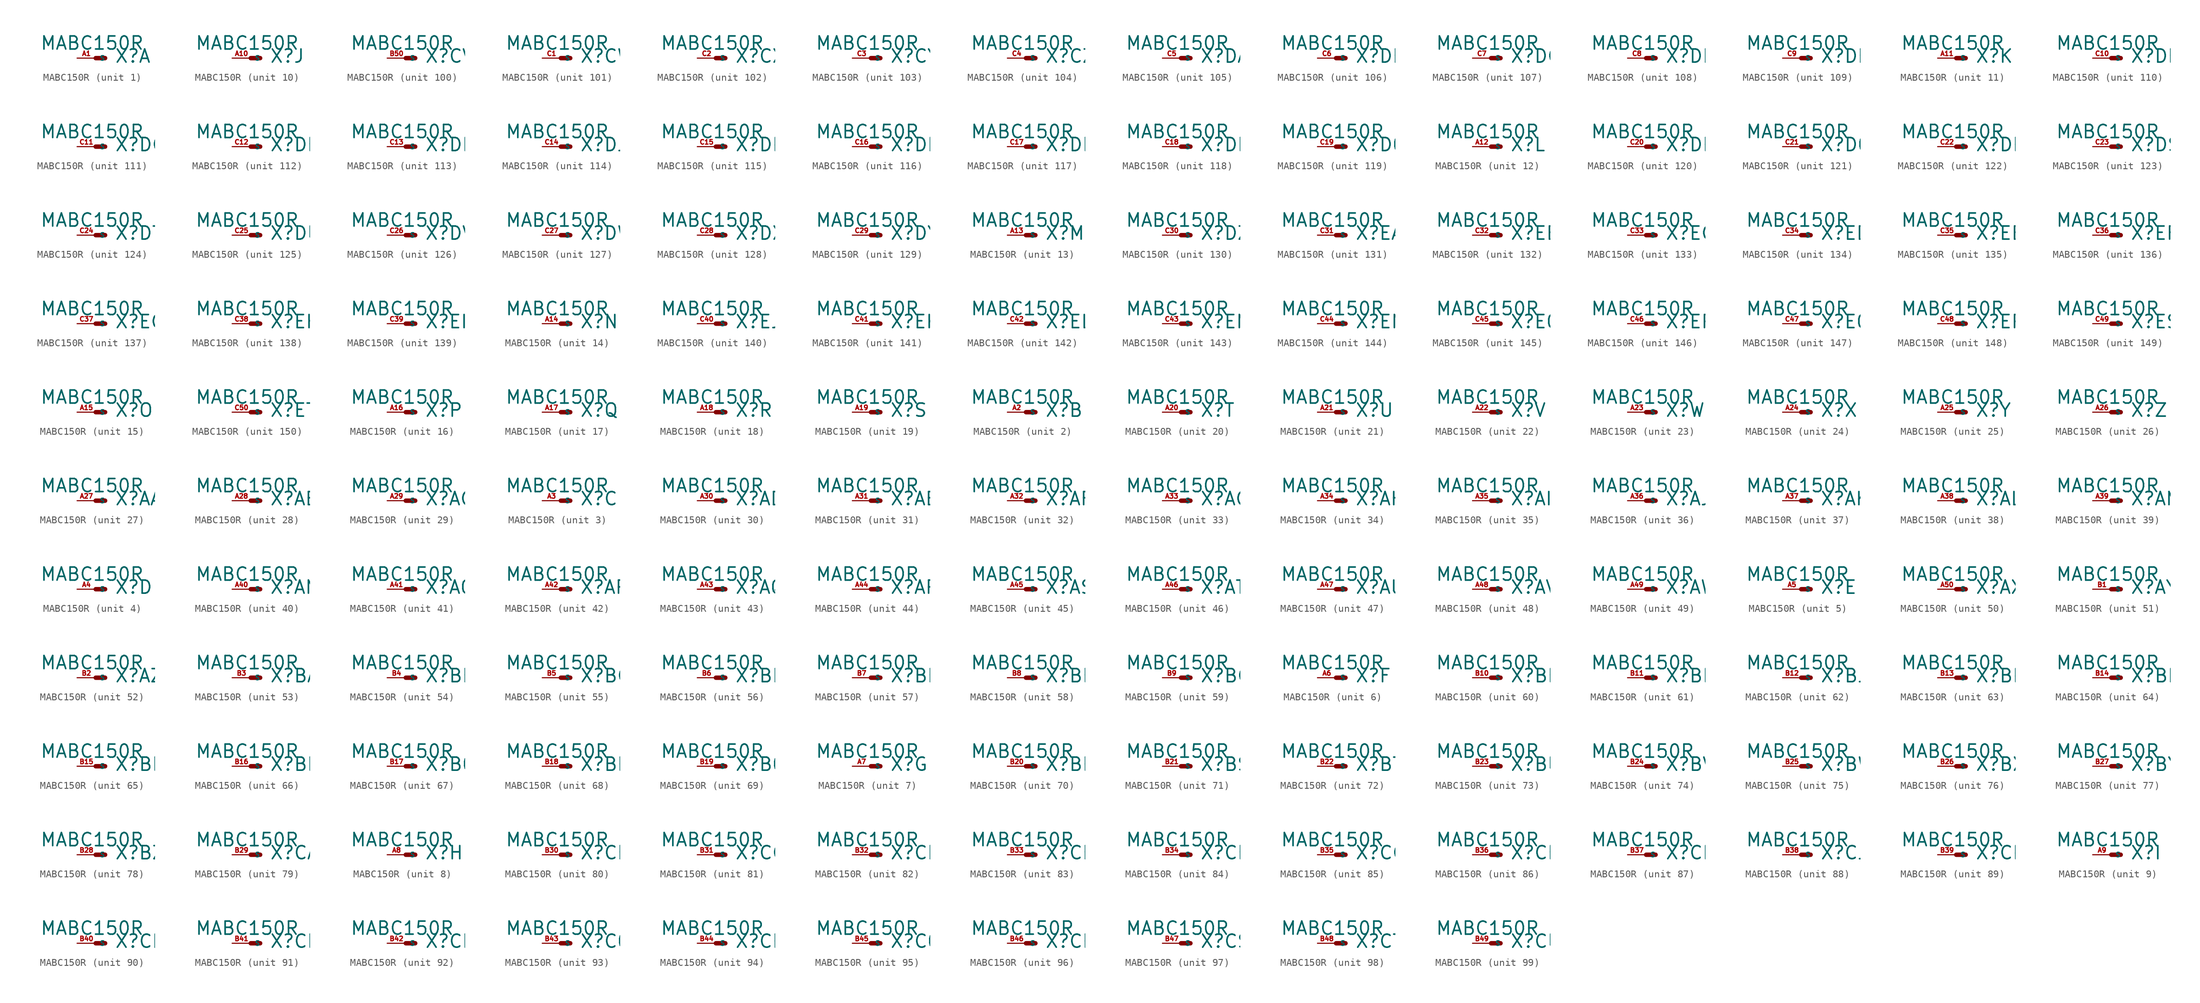
<source format=kicad_sym>
(kicad_symbol_lib
  (version 20220914)
  (generator Eagle2Kicad)
  (symbol "MABC150R"
    (property "Reference" "X"
      (at 2.54 -0.762 0)
      (effects (font (size 1.778 1.778) (thickness 0.22)) (justify left bottom)))
    (property "Value" "MABC150R"
      (at -7.62 1.016 0)
      (effects (font (size 1.778 1.778) (thickness 0.22)) (justify left bottom)))
    (symbol "MABC150R_1_0"
      (polyline (pts (xy 0 0) (xy 1.27 0)) (stroke (width 0.61) (type default)) (fill (type none)))
      (pin passive line (at -2.54 0 0) (length 2.54) (name "S" (effects (font (size 0.635 0.635) (thickness 0.08)) (justify left bottom))) (number "A1" (effects (font (size 0.635 0.635) (thickness 0.08)) (justify left bottom)))))
    (symbol "MABC150R_2_0"
      (polyline (pts (xy 0 0) (xy 1.27 0)) (stroke (width 0.61) (type default)) (fill (type none)))
      (pin passive line (at -2.54 0 0) (length 2.54) (name "S" (effects (font (size 0.635 0.635) (thickness 0.08)) (justify left bottom))) (number "A2" (effects (font (size 0.635 0.635) (thickness 0.08)) (justify left bottom)))))
    (symbol "MABC150R_3_0"
      (polyline (pts (xy 0 0) (xy 1.27 0)) (stroke (width 0.61) (type default)) (fill (type none)))
      (pin passive line (at -2.54 0 0) (length 2.54) (name "S" (effects (font (size 0.635 0.635) (thickness 0.08)) (justify left bottom))) (number "A3" (effects (font (size 0.635 0.635) (thickness 0.08)) (justify left bottom)))))
    (symbol "MABC150R_4_0"
      (polyline (pts (xy 0 0) (xy 1.27 0)) (stroke (width 0.61) (type default)) (fill (type none)))
      (pin passive line (at -2.54 0 0) (length 2.54) (name "S" (effects (font (size 0.635 0.635) (thickness 0.08)) (justify left bottom))) (number "A4" (effects (font (size 0.635 0.635) (thickness 0.08)) (justify left bottom)))))
    (symbol "MABC150R_5_0"
      (polyline (pts (xy 0 0) (xy 1.27 0)) (stroke (width 0.61) (type default)) (fill (type none)))
      (pin passive line (at -2.54 0 0) (length 2.54) (name "S" (effects (font (size 0.635 0.635) (thickness 0.08)) (justify left bottom))) (number "A5" (effects (font (size 0.635 0.635) (thickness 0.08)) (justify left bottom)))))
    (symbol "MABC150R_6_0"
      (polyline (pts (xy 0 0) (xy 1.27 0)) (stroke (width 0.61) (type default)) (fill (type none)))
      (pin passive line (at -2.54 0 0) (length 2.54) (name "S" (effects (font (size 0.635 0.635) (thickness 0.08)) (justify left bottom))) (number "A6" (effects (font (size 0.635 0.635) (thickness 0.08)) (justify left bottom)))))
    (symbol "MABC150R_7_0"
      (polyline (pts (xy 0 0) (xy 1.27 0)) (stroke (width 0.61) (type default)) (fill (type none)))
      (pin passive line (at -2.54 0 0) (length 2.54) (name "S" (effects (font (size 0.635 0.635) (thickness 0.08)) (justify left bottom))) (number "A7" (effects (font (size 0.635 0.635) (thickness 0.08)) (justify left bottom)))))
    (symbol "MABC150R_8_0"
      (polyline (pts (xy 0 0) (xy 1.27 0)) (stroke (width 0.61) (type default)) (fill (type none)))
      (pin passive line (at -2.54 0 0) (length 2.54) (name "S" (effects (font (size 0.635 0.635) (thickness 0.08)) (justify left bottom))) (number "A8" (effects (font (size 0.635 0.635) (thickness 0.08)) (justify left bottom)))))
    (symbol "MABC150R_9_0"
      (polyline (pts (xy 0 0) (xy 1.27 0)) (stroke (width 0.61) (type default)) (fill (type none)))
      (pin passive line (at -2.54 0 0) (length 2.54) (name "S" (effects (font (size 0.635 0.635) (thickness 0.08)) (justify left bottom))) (number "A9" (effects (font (size 0.635 0.635) (thickness 0.08)) (justify left bottom)))))
    (symbol "MABC150R_10_0"
      (polyline (pts (xy 0 0) (xy 1.27 0)) (stroke (width 0.61) (type default)) (fill (type none)))
      (pin passive line (at -2.54 0 0) (length 2.54) (name "S" (effects (font (size 0.635 0.635) (thickness 0.08)) (justify left bottom))) (number "A10" (effects (font (size 0.635 0.635) (thickness 0.08)) (justify left bottom)))))
    (symbol "MABC150R_11_0"
      (polyline (pts (xy 0 0) (xy 1.27 0)) (stroke (width 0.61) (type default)) (fill (type none)))
      (pin passive line (at -2.54 0 0) (length 2.54) (name "S" (effects (font (size 0.635 0.635) (thickness 0.08)) (justify left bottom))) (number "A11" (effects (font (size 0.635 0.635) (thickness 0.08)) (justify left bottom)))))
    (symbol "MABC150R_12_0"
      (polyline (pts (xy 0 0) (xy 1.27 0)) (stroke (width 0.61) (type default)) (fill (type none)))
      (pin passive line (at -2.54 0 0) (length 2.54) (name "S" (effects (font (size 0.635 0.635) (thickness 0.08)) (justify left bottom))) (number "A12" (effects (font (size 0.635 0.635) (thickness 0.08)) (justify left bottom)))))
    (symbol "MABC150R_13_0"
      (polyline (pts (xy 0 0) (xy 1.27 0)) (stroke (width 0.61) (type default)) (fill (type none)))
      (pin passive line (at -2.54 0 0) (length 2.54) (name "S" (effects (font (size 0.635 0.635) (thickness 0.08)) (justify left bottom))) (number "A13" (effects (font (size 0.635 0.635) (thickness 0.08)) (justify left bottom)))))
    (symbol "MABC150R_14_0"
      (polyline (pts (xy 0 0) (xy 1.27 0)) (stroke (width 0.61) (type default)) (fill (type none)))
      (pin passive line (at -2.54 0 0) (length 2.54) (name "S" (effects (font (size 0.635 0.635) (thickness 0.08)) (justify left bottom))) (number "A14" (effects (font (size 0.635 0.635) (thickness 0.08)) (justify left bottom)))))
    (symbol "MABC150R_15_0"
      (polyline (pts (xy 0 0) (xy 1.27 0)) (stroke (width 0.61) (type default)) (fill (type none)))
      (pin passive line (at -2.54 0 0) (length 2.54) (name "S" (effects (font (size 0.635 0.635) (thickness 0.08)) (justify left bottom))) (number "A15" (effects (font (size 0.635 0.635) (thickness 0.08)) (justify left bottom)))))
    (symbol "MABC150R_16_0"
      (polyline (pts (xy 0 0) (xy 1.27 0)) (stroke (width 0.61) (type default)) (fill (type none)))
      (pin passive line (at -2.54 0 0) (length 2.54) (name "S" (effects (font (size 0.635 0.635) (thickness 0.08)) (justify left bottom))) (number "A16" (effects (font (size 0.635 0.635) (thickness 0.08)) (justify left bottom)))))
    (symbol "MABC150R_17_0"
      (polyline (pts (xy 0 0) (xy 1.27 0)) (stroke (width 0.61) (type default)) (fill (type none)))
      (pin passive line (at -2.54 0 0) (length 2.54) (name "S" (effects (font (size 0.635 0.635) (thickness 0.08)) (justify left bottom))) (number "A17" (effects (font (size 0.635 0.635) (thickness 0.08)) (justify left bottom)))))
    (symbol "MABC150R_18_0"
      (polyline (pts (xy 0 0) (xy 1.27 0)) (stroke (width 0.61) (type default)) (fill (type none)))
      (pin passive line (at -2.54 0 0) (length 2.54) (name "S" (effects (font (size 0.635 0.635) (thickness 0.08)) (justify left bottom))) (number "A18" (effects (font (size 0.635 0.635) (thickness 0.08)) (justify left bottom)))))
    (symbol "MABC150R_19_0"
      (polyline (pts (xy 0 0) (xy 1.27 0)) (stroke (width 0.61) (type default)) (fill (type none)))
      (pin passive line (at -2.54 0 0) (length 2.54) (name "S" (effects (font (size 0.635 0.635) (thickness 0.08)) (justify left bottom))) (number "A19" (effects (font (size 0.635 0.635) (thickness 0.08)) (justify left bottom)))))
    (symbol "MABC150R_20_0"
      (polyline (pts (xy 0 0) (xy 1.27 0)) (stroke (width 0.61) (type default)) (fill (type none)))
      (pin passive line (at -2.54 0 0) (length 2.54) (name "S" (effects (font (size 0.635 0.635) (thickness 0.08)) (justify left bottom))) (number "A20" (effects (font (size 0.635 0.635) (thickness 0.08)) (justify left bottom)))))
    (symbol "MABC150R_21_0"
      (polyline (pts (xy 0 0) (xy 1.27 0)) (stroke (width 0.61) (type default)) (fill (type none)))
      (pin passive line (at -2.54 0 0) (length 2.54) (name "S" (effects (font (size 0.635 0.635) (thickness 0.08)) (justify left bottom))) (number "A21" (effects (font (size 0.635 0.635) (thickness 0.08)) (justify left bottom)))))
    (symbol "MABC150R_22_0"
      (polyline (pts (xy 0 0) (xy 1.27 0)) (stroke (width 0.61) (type default)) (fill (type none)))
      (pin passive line (at -2.54 0 0) (length 2.54) (name "S" (effects (font (size 0.635 0.635) (thickness 0.08)) (justify left bottom))) (number "A22" (effects (font (size 0.635 0.635) (thickness 0.08)) (justify left bottom)))))
    (symbol "MABC150R_23_0"
      (polyline (pts (xy 0 0) (xy 1.27 0)) (stroke (width 0.61) (type default)) (fill (type none)))
      (pin passive line (at -2.54 0 0) (length 2.54) (name "S" (effects (font (size 0.635 0.635) (thickness 0.08)) (justify left bottom))) (number "A23" (effects (font (size 0.635 0.635) (thickness 0.08)) (justify left bottom)))))
    (symbol "MABC150R_24_0"
      (polyline (pts (xy 0 0) (xy 1.27 0)) (stroke (width 0.61) (type default)) (fill (type none)))
      (pin passive line (at -2.54 0 0) (length 2.54) (name "S" (effects (font (size 0.635 0.635) (thickness 0.08)) (justify left bottom))) (number "A24" (effects (font (size 0.635 0.635) (thickness 0.08)) (justify left bottom)))))
    (symbol "MABC150R_25_0"
      (polyline (pts (xy 0 0) (xy 1.27 0)) (stroke (width 0.61) (type default)) (fill (type none)))
      (pin passive line (at -2.54 0 0) (length 2.54) (name "S" (effects (font (size 0.635 0.635) (thickness 0.08)) (justify left bottom))) (number "A25" (effects (font (size 0.635 0.635) (thickness 0.08)) (justify left bottom)))))
    (symbol "MABC150R_26_0"
      (polyline (pts (xy 0 0) (xy 1.27 0)) (stroke (width 0.61) (type default)) (fill (type none)))
      (pin passive line (at -2.54 0 0) (length 2.54) (name "S" (effects (font (size 0.635 0.635) (thickness 0.08)) (justify left bottom))) (number "A26" (effects (font (size 0.635 0.635) (thickness 0.08)) (justify left bottom)))))
    (symbol "MABC150R_27_0"
      (polyline (pts (xy 0 0) (xy 1.27 0)) (stroke (width 0.61) (type default)) (fill (type none)))
      (pin passive line (at -2.54 0 0) (length 2.54) (name "S" (effects (font (size 0.635 0.635) (thickness 0.08)) (justify left bottom))) (number "A27" (effects (font (size 0.635 0.635) (thickness 0.08)) (justify left bottom)))))
    (symbol "MABC150R_28_0"
      (polyline (pts (xy 0 0) (xy 1.27 0)) (stroke (width 0.61) (type default)) (fill (type none)))
      (pin passive line (at -2.54 0 0) (length 2.54) (name "S" (effects (font (size 0.635 0.635) (thickness 0.08)) (justify left bottom))) (number "A28" (effects (font (size 0.635 0.635) (thickness 0.08)) (justify left bottom)))))
    (symbol "MABC150R_29_0"
      (polyline (pts (xy 0 0) (xy 1.27 0)) (stroke (width 0.61) (type default)) (fill (type none)))
      (pin passive line (at -2.54 0 0) (length 2.54) (name "S" (effects (font (size 0.635 0.635) (thickness 0.08)) (justify left bottom))) (number "A29" (effects (font (size 0.635 0.635) (thickness 0.08)) (justify left bottom)))))
    (symbol "MABC150R_30_0"
      (polyline (pts (xy 0 0) (xy 1.27 0)) (stroke (width 0.61) (type default)) (fill (type none)))
      (pin passive line (at -2.54 0 0) (length 2.54) (name "S" (effects (font (size 0.635 0.635) (thickness 0.08)) (justify left bottom))) (number "A30" (effects (font (size 0.635 0.635) (thickness 0.08)) (justify left bottom)))))
    (symbol "MABC150R_31_0"
      (polyline (pts (xy 0 0) (xy 1.27 0)) (stroke (width 0.61) (type default)) (fill (type none)))
      (pin passive line (at -2.54 0 0) (length 2.54) (name "S" (effects (font (size 0.635 0.635) (thickness 0.08)) (justify left bottom))) (number "A31" (effects (font (size 0.635 0.635) (thickness 0.08)) (justify left bottom)))))
    (symbol "MABC150R_32_0"
      (polyline (pts (xy 0 0) (xy 1.27 0)) (stroke (width 0.61) (type default)) (fill (type none)))
      (pin passive line (at -2.54 0 0) (length 2.54) (name "S" (effects (font (size 0.635 0.635) (thickness 0.08)) (justify left bottom))) (number "A32" (effects (font (size 0.635 0.635) (thickness 0.08)) (justify left bottom)))))
    (symbol "MABC150R_33_0"
      (polyline (pts (xy 0 0) (xy 1.27 0)) (stroke (width 0.61) (type default)) (fill (type none)))
      (pin passive line (at -2.54 0 0) (length 2.54) (name "S" (effects (font (size 0.635 0.635) (thickness 0.08)) (justify left bottom))) (number "A33" (effects (font (size 0.635 0.635) (thickness 0.08)) (justify left bottom)))))
    (symbol "MABC150R_34_0"
      (polyline (pts (xy 0 0) (xy 1.27 0)) (stroke (width 0.61) (type default)) (fill (type none)))
      (pin passive line (at -2.54 0 0) (length 2.54) (name "S" (effects (font (size 0.635 0.635) (thickness 0.08)) (justify left bottom))) (number "A34" (effects (font (size 0.635 0.635) (thickness 0.08)) (justify left bottom)))))
    (symbol "MABC150R_35_0"
      (polyline (pts (xy 0 0) (xy 1.27 0)) (stroke (width 0.61) (type default)) (fill (type none)))
      (pin passive line (at -2.54 0 0) (length 2.54) (name "S" (effects (font (size 0.635 0.635) (thickness 0.08)) (justify left bottom))) (number "A35" (effects (font (size 0.635 0.635) (thickness 0.08)) (justify left bottom)))))
    (symbol "MABC150R_36_0"
      (polyline (pts (xy 0 0) (xy 1.27 0)) (stroke (width 0.61) (type default)) (fill (type none)))
      (pin passive line (at -2.54 0 0) (length 2.54) (name "S" (effects (font (size 0.635 0.635) (thickness 0.08)) (justify left bottom))) (number "A36" (effects (font (size 0.635 0.635) (thickness 0.08)) (justify left bottom)))))
    (symbol "MABC150R_37_0"
      (polyline (pts (xy 0 0) (xy 1.27 0)) (stroke (width 0.61) (type default)) (fill (type none)))
      (pin passive line (at -2.54 0 0) (length 2.54) (name "S" (effects (font (size 0.635 0.635) (thickness 0.08)) (justify left bottom))) (number "A37" (effects (font (size 0.635 0.635) (thickness 0.08)) (justify left bottom)))))
    (symbol "MABC150R_38_0"
      (polyline (pts (xy 0 0) (xy 1.27 0)) (stroke (width 0.61) (type default)) (fill (type none)))
      (pin passive line (at -2.54 0 0) (length 2.54) (name "S" (effects (font (size 0.635 0.635) (thickness 0.08)) (justify left bottom))) (number "A38" (effects (font (size 0.635 0.635) (thickness 0.08)) (justify left bottom)))))
    (symbol "MABC150R_39_0"
      (polyline (pts (xy 0 0) (xy 1.27 0)) (stroke (width 0.61) (type default)) (fill (type none)))
      (pin passive line (at -2.54 0 0) (length 2.54) (name "S" (effects (font (size 0.635 0.635) (thickness 0.08)) (justify left bottom))) (number "A39" (effects (font (size 0.635 0.635) (thickness 0.08)) (justify left bottom)))))
    (symbol "MABC150R_40_0"
      (polyline (pts (xy 0 0) (xy 1.27 0)) (stroke (width 0.61) (type default)) (fill (type none)))
      (pin passive line (at -2.54 0 0) (length 2.54) (name "S" (effects (font (size 0.635 0.635) (thickness 0.08)) (justify left bottom))) (number "A40" (effects (font (size 0.635 0.635) (thickness 0.08)) (justify left bottom)))))
    (symbol "MABC150R_41_0"
      (polyline (pts (xy 0 0) (xy 1.27 0)) (stroke (width 0.61) (type default)) (fill (type none)))
      (pin passive line (at -2.54 0 0) (length 2.54) (name "S" (effects (font (size 0.635 0.635) (thickness 0.08)) (justify left bottom))) (number "A41" (effects (font (size 0.635 0.635) (thickness 0.08)) (justify left bottom)))))
    (symbol "MABC150R_42_0"
      (polyline (pts (xy 0 0) (xy 1.27 0)) (stroke (width 0.61) (type default)) (fill (type none)))
      (pin passive line (at -2.54 0 0) (length 2.54) (name "S" (effects (font (size 0.635 0.635) (thickness 0.08)) (justify left bottom))) (number "A42" (effects (font (size 0.635 0.635) (thickness 0.08)) (justify left bottom)))))
    (symbol "MABC150R_43_0"
      (polyline (pts (xy 0 0) (xy 1.27 0)) (stroke (width 0.61) (type default)) (fill (type none)))
      (pin passive line (at -2.54 0 0) (length 2.54) (name "S" (effects (font (size 0.635 0.635) (thickness 0.08)) (justify left bottom))) (number "A43" (effects (font (size 0.635 0.635) (thickness 0.08)) (justify left bottom)))))
    (symbol "MABC150R_44_0"
      (polyline (pts (xy 0 0) (xy 1.27 0)) (stroke (width 0.61) (type default)) (fill (type none)))
      (pin passive line (at -2.54 0 0) (length 2.54) (name "S" (effects (font (size 0.635 0.635) (thickness 0.08)) (justify left bottom))) (number "A44" (effects (font (size 0.635 0.635) (thickness 0.08)) (justify left bottom)))))
    (symbol "MABC150R_45_0"
      (polyline (pts (xy 0 0) (xy 1.27 0)) (stroke (width 0.61) (type default)) (fill (type none)))
      (pin passive line (at -2.54 0 0) (length 2.54) (name "S" (effects (font (size 0.635 0.635) (thickness 0.08)) (justify left bottom))) (number "A45" (effects (font (size 0.635 0.635) (thickness 0.08)) (justify left bottom)))))
    (symbol "MABC150R_46_0"
      (polyline (pts (xy 0 0) (xy 1.27 0)) (stroke (width 0.61) (type default)) (fill (type none)))
      (pin passive line (at -2.54 0 0) (length 2.54) (name "S" (effects (font (size 0.635 0.635) (thickness 0.08)) (justify left bottom))) (number "A46" (effects (font (size 0.635 0.635) (thickness 0.08)) (justify left bottom)))))
    (symbol "MABC150R_47_0"
      (polyline (pts (xy 0 0) (xy 1.27 0)) (stroke (width 0.61) (type default)) (fill (type none)))
      (pin passive line (at -2.54 0 0) (length 2.54) (name "S" (effects (font (size 0.635 0.635) (thickness 0.08)) (justify left bottom))) (number "A47" (effects (font (size 0.635 0.635) (thickness 0.08)) (justify left bottom)))))
    (symbol "MABC150R_48_0"
      (polyline (pts (xy 0 0) (xy 1.27 0)) (stroke (width 0.61) (type default)) (fill (type none)))
      (pin passive line (at -2.54 0 0) (length 2.54) (name "S" (effects (font (size 0.635 0.635) (thickness 0.08)) (justify left bottom))) (number "A48" (effects (font (size 0.635 0.635) (thickness 0.08)) (justify left bottom)))))
    (symbol "MABC150R_49_0"
      (polyline (pts (xy 0 0) (xy 1.27 0)) (stroke (width 0.61) (type default)) (fill (type none)))
      (pin passive line (at -2.54 0 0) (length 2.54) (name "S" (effects (font (size 0.635 0.635) (thickness 0.08)) (justify left bottom))) (number "A49" (effects (font (size 0.635 0.635) (thickness 0.08)) (justify left bottom)))))
    (symbol "MABC150R_50_0"
      (polyline (pts (xy 0 0) (xy 1.27 0)) (stroke (width 0.61) (type default)) (fill (type none)))
      (pin passive line (at -2.54 0 0) (length 2.54) (name "S" (effects (font (size 0.635 0.635) (thickness 0.08)) (justify left bottom))) (number "A50" (effects (font (size 0.635 0.635) (thickness 0.08)) (justify left bottom)))))
    (symbol "MABC150R_51_0"
      (polyline (pts (xy 0 0) (xy 1.27 0)) (stroke (width 0.61) (type default)) (fill (type none)))
      (pin passive line (at -2.54 0 0) (length 2.54) (name "S" (effects (font (size 0.635 0.635) (thickness 0.08)) (justify left bottom))) (number "B1" (effects (font (size 0.635 0.635) (thickness 0.08)) (justify left bottom)))))
    (symbol "MABC150R_52_0"
      (polyline (pts (xy 0 0) (xy 1.27 0)) (stroke (width 0.61) (type default)) (fill (type none)))
      (pin passive line (at -2.54 0 0) (length 2.54) (name "S" (effects (font (size 0.635 0.635) (thickness 0.08)) (justify left bottom))) (number "B2" (effects (font (size 0.635 0.635) (thickness 0.08)) (justify left bottom)))))
    (symbol "MABC150R_53_0"
      (polyline (pts (xy 0 0) (xy 1.27 0)) (stroke (width 0.61) (type default)) (fill (type none)))
      (pin passive line (at -2.54 0 0) (length 2.54) (name "S" (effects (font (size 0.635 0.635) (thickness 0.08)) (justify left bottom))) (number "B3" (effects (font (size 0.635 0.635) (thickness 0.08)) (justify left bottom)))))
    (symbol "MABC150R_54_0"
      (polyline (pts (xy 0 0) (xy 1.27 0)) (stroke (width 0.61) (type default)) (fill (type none)))
      (pin passive line (at -2.54 0 0) (length 2.54) (name "S" (effects (font (size 0.635 0.635) (thickness 0.08)) (justify left bottom))) (number "B4" (effects (font (size 0.635 0.635) (thickness 0.08)) (justify left bottom)))))
    (symbol "MABC150R_55_0"
      (polyline (pts (xy 0 0) (xy 1.27 0)) (stroke (width 0.61) (type default)) (fill (type none)))
      (pin passive line (at -2.54 0 0) (length 2.54) (name "S" (effects (font (size 0.635 0.635) (thickness 0.08)) (justify left bottom))) (number "B5" (effects (font (size 0.635 0.635) (thickness 0.08)) (justify left bottom)))))
    (symbol "MABC150R_56_0"
      (polyline (pts (xy 0 0) (xy 1.27 0)) (stroke (width 0.61) (type default)) (fill (type none)))
      (pin passive line (at -2.54 0 0) (length 2.54) (name "S" (effects (font (size 0.635 0.635) (thickness 0.08)) (justify left bottom))) (number "B6" (effects (font (size 0.635 0.635) (thickness 0.08)) (justify left bottom)))))
    (symbol "MABC150R_57_0"
      (polyline (pts (xy 0 0) (xy 1.27 0)) (stroke (width 0.61) (type default)) (fill (type none)))
      (pin passive line (at -2.54 0 0) (length 2.54) (name "S" (effects (font (size 0.635 0.635) (thickness 0.08)) (justify left bottom))) (number "B7" (effects (font (size 0.635 0.635) (thickness 0.08)) (justify left bottom)))))
    (symbol "MABC150R_58_0"
      (polyline (pts (xy 0 0) (xy 1.27 0)) (stroke (width 0.61) (type default)) (fill (type none)))
      (pin passive line (at -2.54 0 0) (length 2.54) (name "S" (effects (font (size 0.635 0.635) (thickness 0.08)) (justify left bottom))) (number "B8" (effects (font (size 0.635 0.635) (thickness 0.08)) (justify left bottom)))))
    (symbol "MABC150R_59_0"
      (polyline (pts (xy 0 0) (xy 1.27 0)) (stroke (width 0.61) (type default)) (fill (type none)))
      (pin passive line (at -2.54 0 0) (length 2.54) (name "S" (effects (font (size 0.635 0.635) (thickness 0.08)) (justify left bottom))) (number "B9" (effects (font (size 0.635 0.635) (thickness 0.08)) (justify left bottom)))))
    (symbol "MABC150R_60_0"
      (polyline (pts (xy 0 0) (xy 1.27 0)) (stroke (width 0.61) (type default)) (fill (type none)))
      (pin passive line (at -2.54 0 0) (length 2.54) (name "S" (effects (font (size 0.635 0.635) (thickness 0.08)) (justify left bottom))) (number "B10" (effects (font (size 0.635 0.635) (thickness 0.08)) (justify left bottom)))))
    (symbol "MABC150R_61_0"
      (polyline (pts (xy 0 0) (xy 1.27 0)) (stroke (width 0.61) (type default)) (fill (type none)))
      (pin passive line (at -2.54 0 0) (length 2.54) (name "S" (effects (font (size 0.635 0.635) (thickness 0.08)) (justify left bottom))) (number "B11" (effects (font (size 0.635 0.635) (thickness 0.08)) (justify left bottom)))))
    (symbol "MABC150R_62_0"
      (polyline (pts (xy 0 0) (xy 1.27 0)) (stroke (width 0.61) (type default)) (fill (type none)))
      (pin passive line (at -2.54 0 0) (length 2.54) (name "S" (effects (font (size 0.635 0.635) (thickness 0.08)) (justify left bottom))) (number "B12" (effects (font (size 0.635 0.635) (thickness 0.08)) (justify left bottom)))))
    (symbol "MABC150R_63_0"
      (polyline (pts (xy 0 0) (xy 1.27 0)) (stroke (width 0.61) (type default)) (fill (type none)))
      (pin passive line (at -2.54 0 0) (length 2.54) (name "S" (effects (font (size 0.635 0.635) (thickness 0.08)) (justify left bottom))) (number "B13" (effects (font (size 0.635 0.635) (thickness 0.08)) (justify left bottom)))))
    (symbol "MABC150R_64_0"
      (polyline (pts (xy 0 0) (xy 1.27 0)) (stroke (width 0.61) (type default)) (fill (type none)))
      (pin passive line (at -2.54 0 0) (length 2.54) (name "S" (effects (font (size 0.635 0.635) (thickness 0.08)) (justify left bottom))) (number "B14" (effects (font (size 0.635 0.635) (thickness 0.08)) (justify left bottom)))))
    (symbol "MABC150R_65_0"
      (polyline (pts (xy 0 0) (xy 1.27 0)) (stroke (width 0.61) (type default)) (fill (type none)))
      (pin passive line (at -2.54 0 0) (length 2.54) (name "S" (effects (font (size 0.635 0.635) (thickness 0.08)) (justify left bottom))) (number "B15" (effects (font (size 0.635 0.635) (thickness 0.08)) (justify left bottom)))))
    (symbol "MABC150R_66_0"
      (polyline (pts (xy 0 0) (xy 1.27 0)) (stroke (width 0.61) (type default)) (fill (type none)))
      (pin passive line (at -2.54 0 0) (length 2.54) (name "S" (effects (font (size 0.635 0.635) (thickness 0.08)) (justify left bottom))) (number "B16" (effects (font (size 0.635 0.635) (thickness 0.08)) (justify left bottom)))))
    (symbol "MABC150R_67_0"
      (polyline (pts (xy 0 0) (xy 1.27 0)) (stroke (width 0.61) (type default)) (fill (type none)))
      (pin passive line (at -2.54 0 0) (length 2.54) (name "S" (effects (font (size 0.635 0.635) (thickness 0.08)) (justify left bottom))) (number "B17" (effects (font (size 0.635 0.635) (thickness 0.08)) (justify left bottom)))))
    (symbol "MABC150R_68_0"
      (polyline (pts (xy 0 0) (xy 1.27 0)) (stroke (width 0.61) (type default)) (fill (type none)))
      (pin passive line (at -2.54 0 0) (length 2.54) (name "S" (effects (font (size 0.635 0.635) (thickness 0.08)) (justify left bottom))) (number "B18" (effects (font (size 0.635 0.635) (thickness 0.08)) (justify left bottom)))))
    (symbol "MABC150R_69_0"
      (polyline (pts (xy 0 0) (xy 1.27 0)) (stroke (width 0.61) (type default)) (fill (type none)))
      (pin passive line (at -2.54 0 0) (length 2.54) (name "S" (effects (font (size 0.635 0.635) (thickness 0.08)) (justify left bottom))) (number "B19" (effects (font (size 0.635 0.635) (thickness 0.08)) (justify left bottom)))))
    (symbol "MABC150R_70_0"
      (polyline (pts (xy 0 0) (xy 1.27 0)) (stroke (width 0.61) (type default)) (fill (type none)))
      (pin passive line (at -2.54 0 0) (length 2.54) (name "S" (effects (font (size 0.635 0.635) (thickness 0.08)) (justify left bottom))) (number "B20" (effects (font (size 0.635 0.635) (thickness 0.08)) (justify left bottom)))))
    (symbol "MABC150R_71_0"
      (polyline (pts (xy 0 0) (xy 1.27 0)) (stroke (width 0.61) (type default)) (fill (type none)))
      (pin passive line (at -2.54 0 0) (length 2.54) (name "S" (effects (font (size 0.635 0.635) (thickness 0.08)) (justify left bottom))) (number "B21" (effects (font (size 0.635 0.635) (thickness 0.08)) (justify left bottom)))))
    (symbol "MABC150R_72_0"
      (polyline (pts (xy 0 0) (xy 1.27 0)) (stroke (width 0.61) (type default)) (fill (type none)))
      (pin passive line (at -2.54 0 0) (length 2.54) (name "S" (effects (font (size 0.635 0.635) (thickness 0.08)) (justify left bottom))) (number "B22" (effects (font (size 0.635 0.635) (thickness 0.08)) (justify left bottom)))))
    (symbol "MABC150R_73_0"
      (polyline (pts (xy 0 0) (xy 1.27 0)) (stroke (width 0.61) (type default)) (fill (type none)))
      (pin passive line (at -2.54 0 0) (length 2.54) (name "S" (effects (font (size 0.635 0.635) (thickness 0.08)) (justify left bottom))) (number "B23" (effects (font (size 0.635 0.635) (thickness 0.08)) (justify left bottom)))))
    (symbol "MABC150R_74_0"
      (polyline (pts (xy 0 0) (xy 1.27 0)) (stroke (width 0.61) (type default)) (fill (type none)))
      (pin passive line (at -2.54 0 0) (length 2.54) (name "S" (effects (font (size 0.635 0.635) (thickness 0.08)) (justify left bottom))) (number "B24" (effects (font (size 0.635 0.635) (thickness 0.08)) (justify left bottom)))))
    (symbol "MABC150R_75_0"
      (polyline (pts (xy 0 0) (xy 1.27 0)) (stroke (width 0.61) (type default)) (fill (type none)))
      (pin passive line (at -2.54 0 0) (length 2.54) (name "S" (effects (font (size 0.635 0.635) (thickness 0.08)) (justify left bottom))) (number "B25" (effects (font (size 0.635 0.635) (thickness 0.08)) (justify left bottom)))))
    (symbol "MABC150R_76_0"
      (polyline (pts (xy 0 0) (xy 1.27 0)) (stroke (width 0.61) (type default)) (fill (type none)))
      (pin passive line (at -2.54 0 0) (length 2.54) (name "S" (effects (font (size 0.635 0.635) (thickness 0.08)) (justify left bottom))) (number "B26" (effects (font (size 0.635 0.635) (thickness 0.08)) (justify left bottom)))))
    (symbol "MABC150R_77_0"
      (polyline (pts (xy 0 0) (xy 1.27 0)) (stroke (width 0.61) (type default)) (fill (type none)))
      (pin passive line (at -2.54 0 0) (length 2.54) (name "S" (effects (font (size 0.635 0.635) (thickness 0.08)) (justify left bottom))) (number "B27" (effects (font (size 0.635 0.635) (thickness 0.08)) (justify left bottom)))))
    (symbol "MABC150R_78_0"
      (polyline (pts (xy 0 0) (xy 1.27 0)) (stroke (width 0.61) (type default)) (fill (type none)))
      (pin passive line (at -2.54 0 0) (length 2.54) (name "S" (effects (font (size 0.635 0.635) (thickness 0.08)) (justify left bottom))) (number "B28" (effects (font (size 0.635 0.635) (thickness 0.08)) (justify left bottom)))))
    (symbol "MABC150R_79_0"
      (polyline (pts (xy 0 0) (xy 1.27 0)) (stroke (width 0.61) (type default)) (fill (type none)))
      (pin passive line (at -2.54 0 0) (length 2.54) (name "S" (effects (font (size 0.635 0.635) (thickness 0.08)) (justify left bottom))) (number "B29" (effects (font (size 0.635 0.635) (thickness 0.08)) (justify left bottom)))))
    (symbol "MABC150R_80_0"
      (polyline (pts (xy 0 0) (xy 1.27 0)) (stroke (width 0.61) (type default)) (fill (type none)))
      (pin passive line (at -2.54 0 0) (length 2.54) (name "S" (effects (font (size 0.635 0.635) (thickness 0.08)) (justify left bottom))) (number "B30" (effects (font (size 0.635 0.635) (thickness 0.08)) (justify left bottom)))))
    (symbol "MABC150R_81_0"
      (polyline (pts (xy 0 0) (xy 1.27 0)) (stroke (width 0.61) (type default)) (fill (type none)))
      (pin passive line (at -2.54 0 0) (length 2.54) (name "S" (effects (font (size 0.635 0.635) (thickness 0.08)) (justify left bottom))) (number "B31" (effects (font (size 0.635 0.635) (thickness 0.08)) (justify left bottom)))))
    (symbol "MABC150R_82_0"
      (polyline (pts (xy 0 0) (xy 1.27 0)) (stroke (width 0.61) (type default)) (fill (type none)))
      (pin passive line (at -2.54 0 0) (length 2.54) (name "S" (effects (font (size 0.635 0.635) (thickness 0.08)) (justify left bottom))) (number "B32" (effects (font (size 0.635 0.635) (thickness 0.08)) (justify left bottom)))))
    (symbol "MABC150R_83_0"
      (polyline (pts (xy 0 0) (xy 1.27 0)) (stroke (width 0.61) (type default)) (fill (type none)))
      (pin passive line (at -2.54 0 0) (length 2.54) (name "S" (effects (font (size 0.635 0.635) (thickness 0.08)) (justify left bottom))) (number "B33" (effects (font (size 0.635 0.635) (thickness 0.08)) (justify left bottom)))))
    (symbol "MABC150R_84_0"
      (polyline (pts (xy 0 0) (xy 1.27 0)) (stroke (width 0.61) (type default)) (fill (type none)))
      (pin passive line (at -2.54 0 0) (length 2.54) (name "S" (effects (font (size 0.635 0.635) (thickness 0.08)) (justify left bottom))) (number "B34" (effects (font (size 0.635 0.635) (thickness 0.08)) (justify left bottom)))))
    (symbol "MABC150R_85_0"
      (polyline (pts (xy 0 0) (xy 1.27 0)) (stroke (width 0.61) (type default)) (fill (type none)))
      (pin passive line (at -2.54 0 0) (length 2.54) (name "S" (effects (font (size 0.635 0.635) (thickness 0.08)) (justify left bottom))) (number "B35" (effects (font (size 0.635 0.635) (thickness 0.08)) (justify left bottom)))))
    (symbol "MABC150R_86_0"
      (polyline (pts (xy 0 0) (xy 1.27 0)) (stroke (width 0.61) (type default)) (fill (type none)))
      (pin passive line (at -2.54 0 0) (length 2.54) (name "S" (effects (font (size 0.635 0.635) (thickness 0.08)) (justify left bottom))) (number "B36" (effects (font (size 0.635 0.635) (thickness 0.08)) (justify left bottom)))))
    (symbol "MABC150R_87_0"
      (polyline (pts (xy 0 0) (xy 1.27 0)) (stroke (width 0.61) (type default)) (fill (type none)))
      (pin passive line (at -2.54 0 0) (length 2.54) (name "S" (effects (font (size 0.635 0.635) (thickness 0.08)) (justify left bottom))) (number "B37" (effects (font (size 0.635 0.635) (thickness 0.08)) (justify left bottom)))))
    (symbol "MABC150R_88_0"
      (polyline (pts (xy 0 0) (xy 1.27 0)) (stroke (width 0.61) (type default)) (fill (type none)))
      (pin passive line (at -2.54 0 0) (length 2.54) (name "S" (effects (font (size 0.635 0.635) (thickness 0.08)) (justify left bottom))) (number "B38" (effects (font (size 0.635 0.635) (thickness 0.08)) (justify left bottom)))))
    (symbol "MABC150R_89_0"
      (polyline (pts (xy 0 0) (xy 1.27 0)) (stroke (width 0.61) (type default)) (fill (type none)))
      (pin passive line (at -2.54 0 0) (length 2.54) (name "S" (effects (font (size 0.635 0.635) (thickness 0.08)) (justify left bottom))) (number "B39" (effects (font (size 0.635 0.635) (thickness 0.08)) (justify left bottom)))))
    (symbol "MABC150R_90_0"
      (polyline (pts (xy 0 0) (xy 1.27 0)) (stroke (width 0.61) (type default)) (fill (type none)))
      (pin passive line (at -2.54 0 0) (length 2.54) (name "S" (effects (font (size 0.635 0.635) (thickness 0.08)) (justify left bottom))) (number "B40" (effects (font (size 0.635 0.635) (thickness 0.08)) (justify left bottom)))))
    (symbol "MABC150R_91_0"
      (polyline (pts (xy 0 0) (xy 1.27 0)) (stroke (width 0.61) (type default)) (fill (type none)))
      (pin passive line (at -2.54 0 0) (length 2.54) (name "S" (effects (font (size 0.635 0.635) (thickness 0.08)) (justify left bottom))) (number "B41" (effects (font (size 0.635 0.635) (thickness 0.08)) (justify left bottom)))))
    (symbol "MABC150R_92_0"
      (polyline (pts (xy 0 0) (xy 1.27 0)) (stroke (width 0.61) (type default)) (fill (type none)))
      (pin passive line (at -2.54 0 0) (length 2.54) (name "S" (effects (font (size 0.635 0.635) (thickness 0.08)) (justify left bottom))) (number "B42" (effects (font (size 0.635 0.635) (thickness 0.08)) (justify left bottom)))))
    (symbol "MABC150R_93_0"
      (polyline (pts (xy 0 0) (xy 1.27 0)) (stroke (width 0.61) (type default)) (fill (type none)))
      (pin passive line (at -2.54 0 0) (length 2.54) (name "S" (effects (font (size 0.635 0.635) (thickness 0.08)) (justify left bottom))) (number "B43" (effects (font (size 0.635 0.635) (thickness 0.08)) (justify left bottom)))))
    (symbol "MABC150R_94_0"
      (polyline (pts (xy 0 0) (xy 1.27 0)) (stroke (width 0.61) (type default)) (fill (type none)))
      (pin passive line (at -2.54 0 0) (length 2.54) (name "S" (effects (font (size 0.635 0.635) (thickness 0.08)) (justify left bottom))) (number "B44" (effects (font (size 0.635 0.635) (thickness 0.08)) (justify left bottom)))))
    (symbol "MABC150R_95_0"
      (polyline (pts (xy 0 0) (xy 1.27 0)) (stroke (width 0.61) (type default)) (fill (type none)))
      (pin passive line (at -2.54 0 0) (length 2.54) (name "S" (effects (font (size 0.635 0.635) (thickness 0.08)) (justify left bottom))) (number "B45" (effects (font (size 0.635 0.635) (thickness 0.08)) (justify left bottom)))))
    (symbol "MABC150R_96_0"
      (polyline (pts (xy 0 0) (xy 1.27 0)) (stroke (width 0.61) (type default)) (fill (type none)))
      (pin passive line (at -2.54 0 0) (length 2.54) (name "S" (effects (font (size 0.635 0.635) (thickness 0.08)) (justify left bottom))) (number "B46" (effects (font (size 0.635 0.635) (thickness 0.08)) (justify left bottom)))))
    (symbol "MABC150R_97_0"
      (polyline (pts (xy 0 0) (xy 1.27 0)) (stroke (width 0.61) (type default)) (fill (type none)))
      (pin passive line (at -2.54 0 0) (length 2.54) (name "S" (effects (font (size 0.635 0.635) (thickness 0.08)) (justify left bottom))) (number "B47" (effects (font (size 0.635 0.635) (thickness 0.08)) (justify left bottom)))))
    (symbol "MABC150R_98_0"
      (polyline (pts (xy 0 0) (xy 1.27 0)) (stroke (width 0.61) (type default)) (fill (type none)))
      (pin passive line (at -2.54 0 0) (length 2.54) (name "S" (effects (font (size 0.635 0.635) (thickness 0.08)) (justify left bottom))) (number "B48" (effects (font (size 0.635 0.635) (thickness 0.08)) (justify left bottom)))))
    (symbol "MABC150R_99_0"
      (polyline (pts (xy 0 0) (xy 1.27 0)) (stroke (width 0.61) (type default)) (fill (type none)))
      (pin passive line (at -2.54 0 0) (length 2.54) (name "S" (effects (font (size 0.635 0.635) (thickness 0.08)) (justify left bottom))) (number "B49" (effects (font (size 0.635 0.635) (thickness 0.08)) (justify left bottom)))))
    (symbol "MABC150R_100_0"
      (polyline (pts (xy 0 0) (xy 1.27 0)) (stroke (width 0.61) (type default)) (fill (type none)))
      (pin passive line (at -2.54 0 0) (length 2.54) (name "S" (effects (font (size 0.635 0.635) (thickness 0.08)) (justify left bottom))) (number "B50" (effects (font (size 0.635 0.635) (thickness 0.08)) (justify left bottom)))))
    (symbol "MABC150R_101_0"
      (polyline (pts (xy 0 0) (xy 1.27 0)) (stroke (width 0.61) (type default)) (fill (type none)))
      (pin passive line (at -2.54 0 0) (length 2.54) (name "S" (effects (font (size 0.635 0.635) (thickness 0.08)) (justify left bottom))) (number "C1" (effects (font (size 0.635 0.635) (thickness 0.08)) (justify left bottom)))))
    (symbol "MABC150R_102_0"
      (polyline (pts (xy 0 0) (xy 1.27 0)) (stroke (width 0.61) (type default)) (fill (type none)))
      (pin passive line (at -2.54 0 0) (length 2.54) (name "S" (effects (font (size 0.635 0.635) (thickness 0.08)) (justify left bottom))) (number "C2" (effects (font (size 0.635 0.635) (thickness 0.08)) (justify left bottom)))))
    (symbol "MABC150R_103_0"
      (polyline (pts (xy 0 0) (xy 1.27 0)) (stroke (width 0.61) (type default)) (fill (type none)))
      (pin passive line (at -2.54 0 0) (length 2.54) (name "S" (effects (font (size 0.635 0.635) (thickness 0.08)) (justify left bottom))) (number "C3" (effects (font (size 0.635 0.635) (thickness 0.08)) (justify left bottom)))))
    (symbol "MABC150R_104_0"
      (polyline (pts (xy 0 0) (xy 1.27 0)) (stroke (width 0.61) (type default)) (fill (type none)))
      (pin passive line (at -2.54 0 0) (length 2.54) (name "S" (effects (font (size 0.635 0.635) (thickness 0.08)) (justify left bottom))) (number "C4" (effects (font (size 0.635 0.635) (thickness 0.08)) (justify left bottom)))))
    (symbol "MABC150R_105_0"
      (polyline (pts (xy 0 0) (xy 1.27 0)) (stroke (width 0.61) (type default)) (fill (type none)))
      (pin passive line (at -2.54 0 0) (length 2.54) (name "S" (effects (font (size 0.635 0.635) (thickness 0.08)) (justify left bottom))) (number "C5" (effects (font (size 0.635 0.635) (thickness 0.08)) (justify left bottom)))))
    (symbol "MABC150R_106_0"
      (polyline (pts (xy 0 0) (xy 1.27 0)) (stroke (width 0.61) (type default)) (fill (type none)))
      (pin passive line (at -2.54 0 0) (length 2.54) (name "S" (effects (font (size 0.635 0.635) (thickness 0.08)) (justify left bottom))) (number "C6" (effects (font (size 0.635 0.635) (thickness 0.08)) (justify left bottom)))))
    (symbol "MABC150R_107_0"
      (polyline (pts (xy 0 0) (xy 1.27 0)) (stroke (width 0.61) (type default)) (fill (type none)))
      (pin passive line (at -2.54 0 0) (length 2.54) (name "S" (effects (font (size 0.635 0.635) (thickness 0.08)) (justify left bottom))) (number "C7" (effects (font (size 0.635 0.635) (thickness 0.08)) (justify left bottom)))))
    (symbol "MABC150R_108_0"
      (polyline (pts (xy 0 0) (xy 1.27 0)) (stroke (width 0.61) (type default)) (fill (type none)))
      (pin passive line (at -2.54 0 0) (length 2.54) (name "S" (effects (font (size 0.635 0.635) (thickness 0.08)) (justify left bottom))) (number "C8" (effects (font (size 0.635 0.635) (thickness 0.08)) (justify left bottom)))))
    (symbol "MABC150R_109_0"
      (polyline (pts (xy 0 0) (xy 1.27 0)) (stroke (width 0.61) (type default)) (fill (type none)))
      (pin passive line (at -2.54 0 0) (length 2.54) (name "S" (effects (font (size 0.635 0.635) (thickness 0.08)) (justify left bottom))) (number "C9" (effects (font (size 0.635 0.635) (thickness 0.08)) (justify left bottom)))))
    (symbol "MABC150R_110_0"
      (polyline (pts (xy 0 0) (xy 1.27 0)) (stroke (width 0.61) (type default)) (fill (type none)))
      (pin passive line (at -2.54 0 0) (length 2.54) (name "S" (effects (font (size 0.635 0.635) (thickness 0.08)) (justify left bottom))) (number "C10" (effects (font (size 0.635 0.635) (thickness 0.08)) (justify left bottom)))))
    (symbol "MABC150R_111_0"
      (polyline (pts (xy 0 0) (xy 1.27 0)) (stroke (width 0.61) (type default)) (fill (type none)))
      (pin passive line (at -2.54 0 0) (length 2.54) (name "S" (effects (font (size 0.635 0.635) (thickness 0.08)) (justify left bottom))) (number "C11" (effects (font (size 0.635 0.635) (thickness 0.08)) (justify left bottom)))))
    (symbol "MABC150R_112_0"
      (polyline (pts (xy 0 0) (xy 1.27 0)) (stroke (width 0.61) (type default)) (fill (type none)))
      (pin passive line (at -2.54 0 0) (length 2.54) (name "S" (effects (font (size 0.635 0.635) (thickness 0.08)) (justify left bottom))) (number "C12" (effects (font (size 0.635 0.635) (thickness 0.08)) (justify left bottom)))))
    (symbol "MABC150R_113_0"
      (polyline (pts (xy 0 0) (xy 1.27 0)) (stroke (width 0.61) (type default)) (fill (type none)))
      (pin passive line (at -2.54 0 0) (length 2.54) (name "S" (effects (font (size 0.635 0.635) (thickness 0.08)) (justify left bottom))) (number "C13" (effects (font (size 0.635 0.635) (thickness 0.08)) (justify left bottom)))))
    (symbol "MABC150R_114_0"
      (polyline (pts (xy 0 0) (xy 1.27 0)) (stroke (width 0.61) (type default)) (fill (type none)))
      (pin passive line (at -2.54 0 0) (length 2.54) (name "S" (effects (font (size 0.635 0.635) (thickness 0.08)) (justify left bottom))) (number "C14" (effects (font (size 0.635 0.635) (thickness 0.08)) (justify left bottom)))))
    (symbol "MABC150R_115_0"
      (polyline (pts (xy 0 0) (xy 1.27 0)) (stroke (width 0.61) (type default)) (fill (type none)))
      (pin passive line (at -2.54 0 0) (length 2.54) (name "S" (effects (font (size 0.635 0.635) (thickness 0.08)) (justify left bottom))) (number "C15" (effects (font (size 0.635 0.635) (thickness 0.08)) (justify left bottom)))))
    (symbol "MABC150R_116_0"
      (polyline (pts (xy 0 0) (xy 1.27 0)) (stroke (width 0.61) (type default)) (fill (type none)))
      (pin passive line (at -2.54 0 0) (length 2.54) (name "S" (effects (font (size 0.635 0.635) (thickness 0.08)) (justify left bottom))) (number "C16" (effects (font (size 0.635 0.635) (thickness 0.08)) (justify left bottom)))))
    (symbol "MABC150R_117_0"
      (polyline (pts (xy 0 0) (xy 1.27 0)) (stroke (width 0.61) (type default)) (fill (type none)))
      (pin passive line (at -2.54 0 0) (length 2.54) (name "S" (effects (font (size 0.635 0.635) (thickness 0.08)) (justify left bottom))) (number "C17" (effects (font (size 0.635 0.635) (thickness 0.08)) (justify left bottom)))))
    (symbol "MABC150R_118_0"
      (polyline (pts (xy 0 0) (xy 1.27 0)) (stroke (width 0.61) (type default)) (fill (type none)))
      (pin passive line (at -2.54 0 0) (length 2.54) (name "S" (effects (font (size 0.635 0.635) (thickness 0.08)) (justify left bottom))) (number "C18" (effects (font (size 0.635 0.635) (thickness 0.08)) (justify left bottom)))))
    (symbol "MABC150R_119_0"
      (polyline (pts (xy 0 0) (xy 1.27 0)) (stroke (width 0.61) (type default)) (fill (type none)))
      (pin passive line (at -2.54 0 0) (length 2.54) (name "S" (effects (font (size 0.635 0.635) (thickness 0.08)) (justify left bottom))) (number "C19" (effects (font (size 0.635 0.635) (thickness 0.08)) (justify left bottom)))))
    (symbol "MABC150R_120_0"
      (polyline (pts (xy 0 0) (xy 1.27 0)) (stroke (width 0.61) (type default)) (fill (type none)))
      (pin passive line (at -2.54 0 0) (length 2.54) (name "S" (effects (font (size 0.635 0.635) (thickness 0.08)) (justify left bottom))) (number "C20" (effects (font (size 0.635 0.635) (thickness 0.08)) (justify left bottom)))))
    (symbol "MABC150R_121_0"
      (polyline (pts (xy 0 0) (xy 1.27 0)) (stroke (width 0.61) (type default)) (fill (type none)))
      (pin passive line (at -2.54 0 0) (length 2.54) (name "S" (effects (font (size 0.635 0.635) (thickness 0.08)) (justify left bottom))) (number "C21" (effects (font (size 0.635 0.635) (thickness 0.08)) (justify left bottom)))))
    (symbol "MABC150R_122_0"
      (polyline (pts (xy 0 0) (xy 1.27 0)) (stroke (width 0.61) (type default)) (fill (type none)))
      (pin passive line (at -2.54 0 0) (length 2.54) (name "S" (effects (font (size 0.635 0.635) (thickness 0.08)) (justify left bottom))) (number "C22" (effects (font (size 0.635 0.635) (thickness 0.08)) (justify left bottom)))))
    (symbol "MABC150R_123_0"
      (polyline (pts (xy 0 0) (xy 1.27 0)) (stroke (width 0.61) (type default)) (fill (type none)))
      (pin passive line (at -2.54 0 0) (length 2.54) (name "S" (effects (font (size 0.635 0.635) (thickness 0.08)) (justify left bottom))) (number "C23" (effects (font (size 0.635 0.635) (thickness 0.08)) (justify left bottom)))))
    (symbol "MABC150R_124_0"
      (polyline (pts (xy 0 0) (xy 1.27 0)) (stroke (width 0.61) (type default)) (fill (type none)))
      (pin passive line (at -2.54 0 0) (length 2.54) (name "S" (effects (font (size 0.635 0.635) (thickness 0.08)) (justify left bottom))) (number "C24" (effects (font (size 0.635 0.635) (thickness 0.08)) (justify left bottom)))))
    (symbol "MABC150R_125_0"
      (polyline (pts (xy 0 0) (xy 1.27 0)) (stroke (width 0.61) (type default)) (fill (type none)))
      (pin passive line (at -2.54 0 0) (length 2.54) (name "S" (effects (font (size 0.635 0.635) (thickness 0.08)) (justify left bottom))) (number "C25" (effects (font (size 0.635 0.635) (thickness 0.08)) (justify left bottom)))))
    (symbol "MABC150R_126_0"
      (polyline (pts (xy 0 0) (xy 1.27 0)) (stroke (width 0.61) (type default)) (fill (type none)))
      (pin passive line (at -2.54 0 0) (length 2.54) (name "S" (effects (font (size 0.635 0.635) (thickness 0.08)) (justify left bottom))) (number "C26" (effects (font (size 0.635 0.635) (thickness 0.08)) (justify left bottom)))))
    (symbol "MABC150R_127_0"
      (polyline (pts (xy 0 0) (xy 1.27 0)) (stroke (width 0.61) (type default)) (fill (type none)))
      (pin passive line (at -2.54 0 0) (length 2.54) (name "S" (effects (font (size 0.635 0.635) (thickness 0.08)) (justify left bottom))) (number "C27" (effects (font (size 0.635 0.635) (thickness 0.08)) (justify left bottom)))))
    (symbol "MABC150R_128_0"
      (polyline (pts (xy 0 0) (xy 1.27 0)) (stroke (width 0.61) (type default)) (fill (type none)))
      (pin passive line (at -2.54 0 0) (length 2.54) (name "S" (effects (font (size 0.635 0.635) (thickness 0.08)) (justify left bottom))) (number "C28" (effects (font (size 0.635 0.635) (thickness 0.08)) (justify left bottom)))))
    (symbol "MABC150R_129_0"
      (polyline (pts (xy 0 0) (xy 1.27 0)) (stroke (width 0.61) (type default)) (fill (type none)))
      (pin passive line (at -2.54 0 0) (length 2.54) (name "S" (effects (font (size 0.635 0.635) (thickness 0.08)) (justify left bottom))) (number "C29" (effects (font (size 0.635 0.635) (thickness 0.08)) (justify left bottom)))))
    (symbol "MABC150R_130_0"
      (polyline (pts (xy 0 0) (xy 1.27 0)) (stroke (width 0.61) (type default)) (fill (type none)))
      (pin passive line (at -2.54 0 0) (length 2.54) (name "S" (effects (font (size 0.635 0.635) (thickness 0.08)) (justify left bottom))) (number "C30" (effects (font (size 0.635 0.635) (thickness 0.08)) (justify left bottom)))))
    (symbol "MABC150R_131_0"
      (polyline (pts (xy 0 0) (xy 1.27 0)) (stroke (width 0.61) (type default)) (fill (type none)))
      (pin passive line (at -2.54 0 0) (length 2.54) (name "S" (effects (font (size 0.635 0.635) (thickness 0.08)) (justify left bottom))) (number "C31" (effects (font (size 0.635 0.635) (thickness 0.08)) (justify left bottom)))))
    (symbol "MABC150R_132_0"
      (polyline (pts (xy 0 0) (xy 1.27 0)) (stroke (width 0.61) (type default)) (fill (type none)))
      (pin passive line (at -2.54 0 0) (length 2.54) (name "S" (effects (font (size 0.635 0.635) (thickness 0.08)) (justify left bottom))) (number "C32" (effects (font (size 0.635 0.635) (thickness 0.08)) (justify left bottom)))))
    (symbol "MABC150R_133_0"
      (polyline (pts (xy 0 0) (xy 1.27 0)) (stroke (width 0.61) (type default)) (fill (type none)))
      (pin passive line (at -2.54 0 0) (length 2.54) (name "S" (effects (font (size 0.635 0.635) (thickness 0.08)) (justify left bottom))) (number "C33" (effects (font (size 0.635 0.635) (thickness 0.08)) (justify left bottom)))))
    (symbol "MABC150R_134_0"
      (polyline (pts (xy 0 0) (xy 1.27 0)) (stroke (width 0.61) (type default)) (fill (type none)))
      (pin passive line (at -2.54 0 0) (length 2.54) (name "S" (effects (font (size 0.635 0.635) (thickness 0.08)) (justify left bottom))) (number "C34" (effects (font (size 0.635 0.635) (thickness 0.08)) (justify left bottom)))))
    (symbol "MABC150R_135_0"
      (polyline (pts (xy 0 0) (xy 1.27 0)) (stroke (width 0.61) (type default)) (fill (type none)))
      (pin passive line (at -2.54 0 0) (length 2.54) (name "S" (effects (font (size 0.635 0.635) (thickness 0.08)) (justify left bottom))) (number "C35" (effects (font (size 0.635 0.635) (thickness 0.08)) (justify left bottom)))))
    (symbol "MABC150R_136_0"
      (polyline (pts (xy 0 0) (xy 1.27 0)) (stroke (width 0.61) (type default)) (fill (type none)))
      (pin passive line (at -2.54 0 0) (length 2.54) (name "S" (effects (font (size 0.635 0.635) (thickness 0.08)) (justify left bottom))) (number "C36" (effects (font (size 0.635 0.635) (thickness 0.08)) (justify left bottom)))))
    (symbol "MABC150R_137_0"
      (polyline (pts (xy 0 0) (xy 1.27 0)) (stroke (width 0.61) (type default)) (fill (type none)))
      (pin passive line (at -2.54 0 0) (length 2.54) (name "S" (effects (font (size 0.635 0.635) (thickness 0.08)) (justify left bottom))) (number "C37" (effects (font (size 0.635 0.635) (thickness 0.08)) (justify left bottom)))))
    (symbol "MABC150R_138_0"
      (polyline (pts (xy 0 0) (xy 1.27 0)) (stroke (width 0.61) (type default)) (fill (type none)))
      (pin passive line (at -2.54 0 0) (length 2.54) (name "S" (effects (font (size 0.635 0.635) (thickness 0.08)) (justify left bottom))) (number "C38" (effects (font (size 0.635 0.635) (thickness 0.08)) (justify left bottom)))))
    (symbol "MABC150R_139_0"
      (polyline (pts (xy 0 0) (xy 1.27 0)) (stroke (width 0.61) (type default)) (fill (type none)))
      (pin passive line (at -2.54 0 0) (length 2.54) (name "S" (effects (font (size 0.635 0.635) (thickness 0.08)) (justify left bottom))) (number "C39" (effects (font (size 0.635 0.635) (thickness 0.08)) (justify left bottom)))))
    (symbol "MABC150R_140_0"
      (polyline (pts (xy 0 0) (xy 1.27 0)) (stroke (width 0.61) (type default)) (fill (type none)))
      (pin passive line (at -2.54 0 0) (length 2.54) (name "S" (effects (font (size 0.635 0.635) (thickness 0.08)) (justify left bottom))) (number "C40" (effects (font (size 0.635 0.635) (thickness 0.08)) (justify left bottom)))))
    (symbol "MABC150R_141_0"
      (polyline (pts (xy 0 0) (xy 1.27 0)) (stroke (width 0.61) (type default)) (fill (type none)))
      (pin passive line (at -2.54 0 0) (length 2.54) (name "S" (effects (font (size 0.635 0.635) (thickness 0.08)) (justify left bottom))) (number "C41" (effects (font (size 0.635 0.635) (thickness 0.08)) (justify left bottom)))))
    (symbol "MABC150R_142_0"
      (polyline (pts (xy 0 0) (xy 1.27 0)) (stroke (width 0.61) (type default)) (fill (type none)))
      (pin passive line (at -2.54 0 0) (length 2.54) (name "S" (effects (font (size 0.635 0.635) (thickness 0.08)) (justify left bottom))) (number "C42" (effects (font (size 0.635 0.635) (thickness 0.08)) (justify left bottom)))))
    (symbol "MABC150R_143_0"
      (polyline (pts (xy 0 0) (xy 1.27 0)) (stroke (width 0.61) (type default)) (fill (type none)))
      (pin passive line (at -2.54 0 0) (length 2.54) (name "S" (effects (font (size 0.635 0.635) (thickness 0.08)) (justify left bottom))) (number "C43" (effects (font (size 0.635 0.635) (thickness 0.08)) (justify left bottom)))))
    (symbol "MABC150R_144_0"
      (polyline (pts (xy 0 0) (xy 1.27 0)) (stroke (width 0.61) (type default)) (fill (type none)))
      (pin passive line (at -2.54 0 0) (length 2.54) (name "S" (effects (font (size 0.635 0.635) (thickness 0.08)) (justify left bottom))) (number "C44" (effects (font (size 0.635 0.635) (thickness 0.08)) (justify left bottom)))))
    (symbol "MABC150R_145_0"
      (polyline (pts (xy 0 0) (xy 1.27 0)) (stroke (width 0.61) (type default)) (fill (type none)))
      (pin passive line (at -2.54 0 0) (length 2.54) (name "S" (effects (font (size 0.635 0.635) (thickness 0.08)) (justify left bottom))) (number "C45" (effects (font (size 0.635 0.635) (thickness 0.08)) (justify left bottom)))))
    (symbol "MABC150R_146_0"
      (polyline (pts (xy 0 0) (xy 1.27 0)) (stroke (width 0.61) (type default)) (fill (type none)))
      (pin passive line (at -2.54 0 0) (length 2.54) (name "S" (effects (font (size 0.635 0.635) (thickness 0.08)) (justify left bottom))) (number "C46" (effects (font (size 0.635 0.635) (thickness 0.08)) (justify left bottom)))))
    (symbol "MABC150R_147_0"
      (polyline (pts (xy 0 0) (xy 1.27 0)) (stroke (width 0.61) (type default)) (fill (type none)))
      (pin passive line (at -2.54 0 0) (length 2.54) (name "S" (effects (font (size 0.635 0.635) (thickness 0.08)) (justify left bottom))) (number "C47" (effects (font (size 0.635 0.635) (thickness 0.08)) (justify left bottom)))))
    (symbol "MABC150R_148_0"
      (polyline (pts (xy 0 0) (xy 1.27 0)) (stroke (width 0.61) (type default)) (fill (type none)))
      (pin passive line (at -2.54 0 0) (length 2.54) (name "S" (effects (font (size 0.635 0.635) (thickness 0.08)) (justify left bottom))) (number "C48" (effects (font (size 0.635 0.635) (thickness 0.08)) (justify left bottom)))))
    (symbol "MABC150R_149_0"
      (polyline (pts (xy 0 0) (xy 1.27 0)) (stroke (width 0.61) (type default)) (fill (type none)))
      (pin passive line (at -2.54 0 0) (length 2.54) (name "S" (effects (font (size 0.635 0.635) (thickness 0.08)) (justify left bottom))) (number "C49" (effects (font (size 0.635 0.635) (thickness 0.08)) (justify left bottom)))))
    (symbol "MABC150R_150_0"
      (polyline (pts (xy 0 0) (xy 1.27 0)) (stroke (width 0.61) (type default)) (fill (type none)))
      (pin passive line (at -2.54 0 0) (length 2.54) (name "S" (effects (font (size 0.635 0.635) (thickness 0.08)) (justify left bottom))) (number "C50" (effects (font (size 0.635 0.635) (thickness 0.08)) (justify left bottom)))))))
</source>
